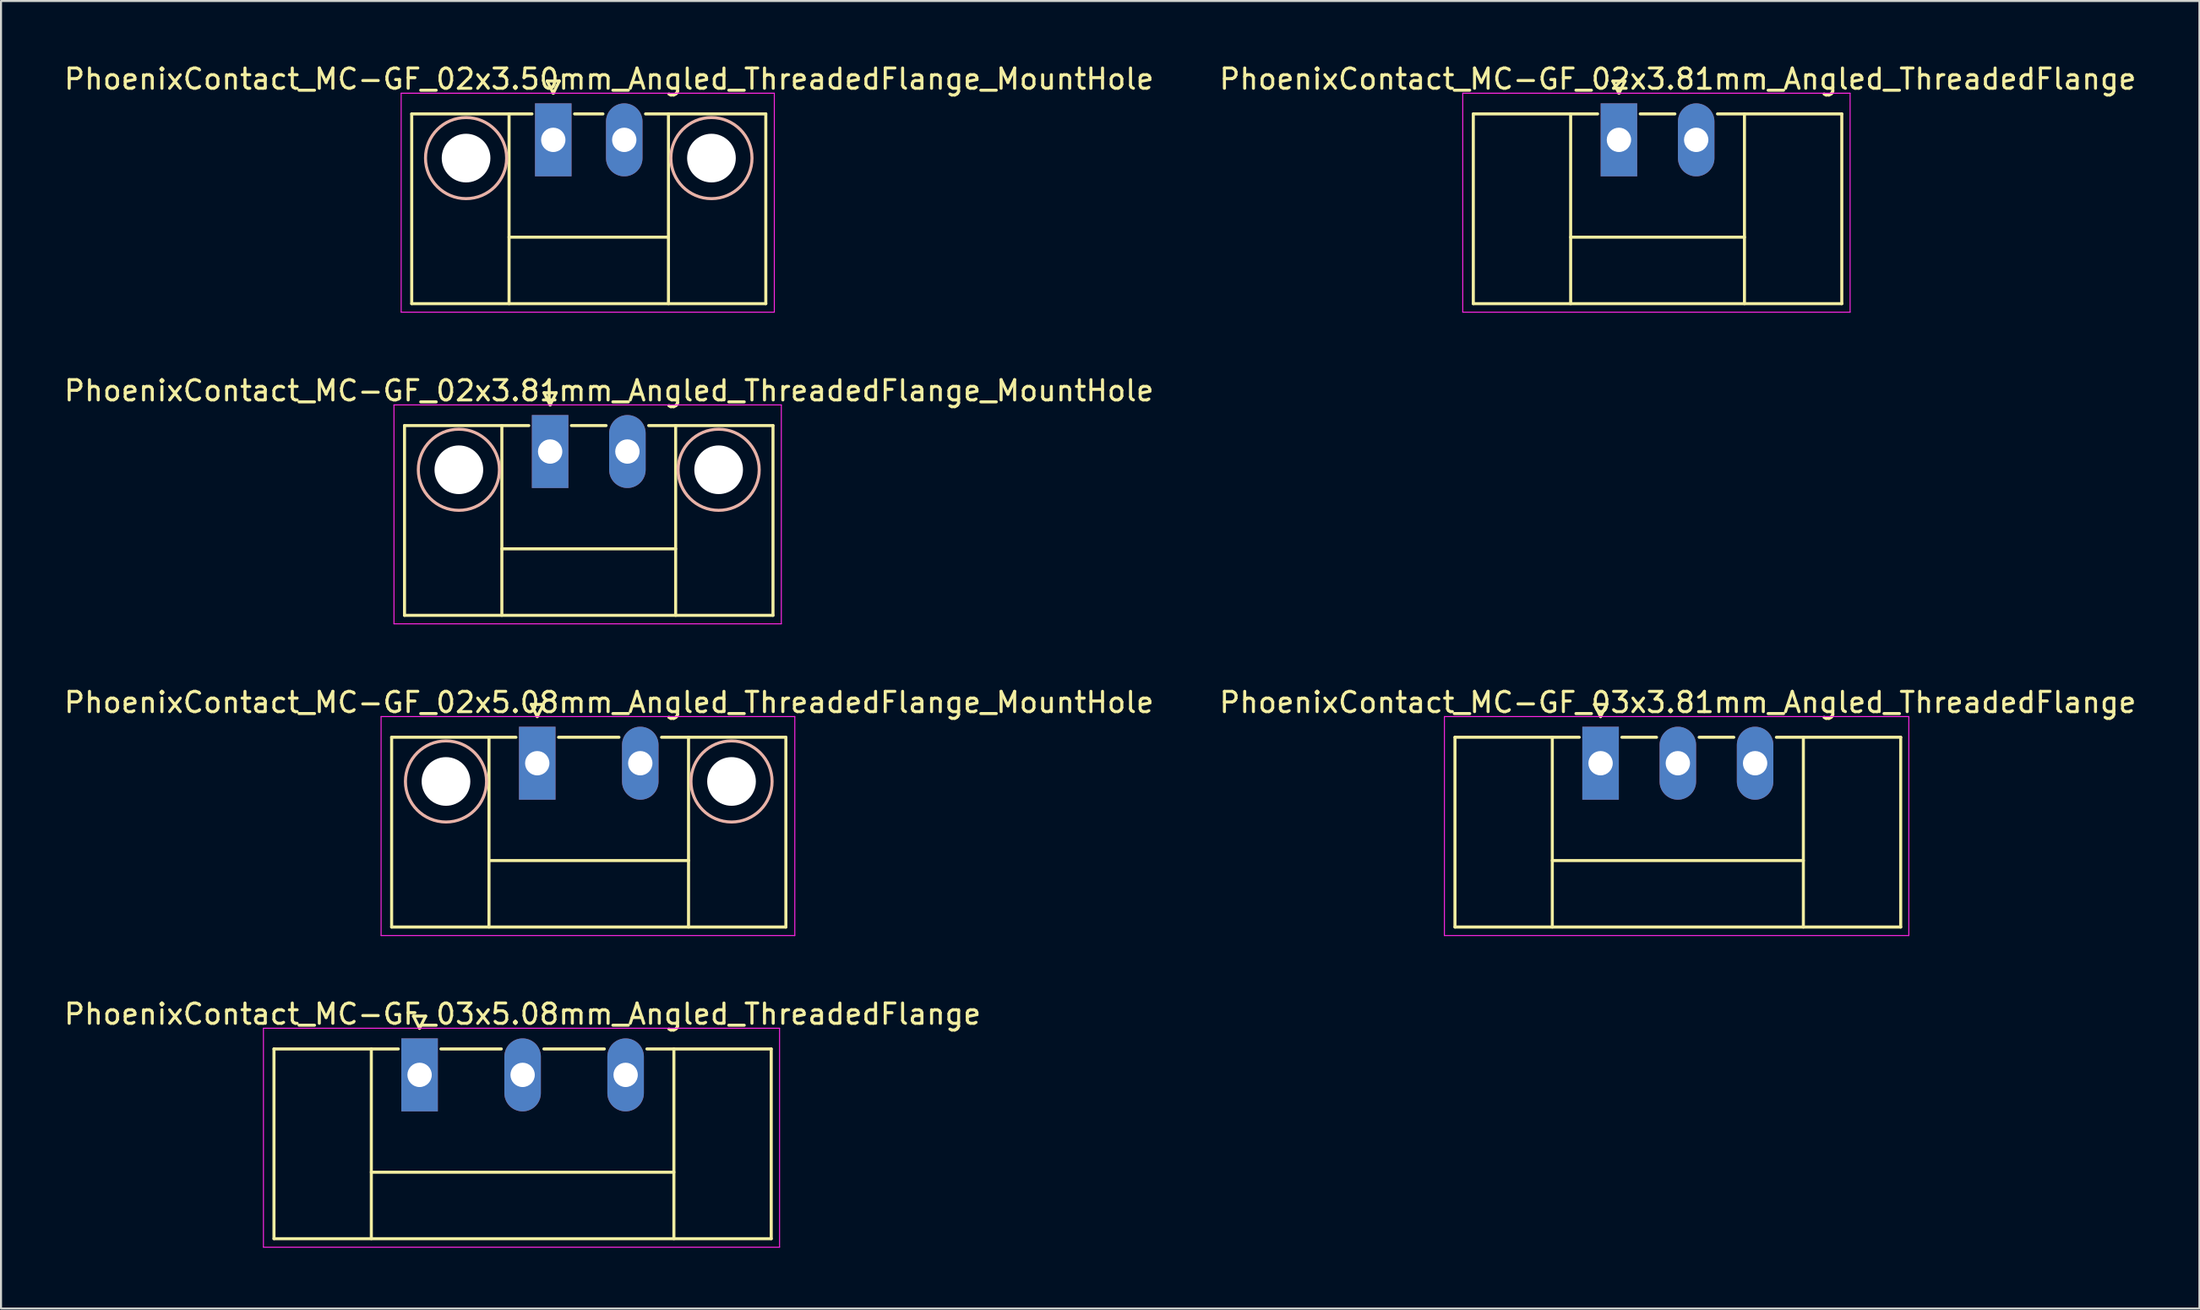
<source format=kicad_pcb>
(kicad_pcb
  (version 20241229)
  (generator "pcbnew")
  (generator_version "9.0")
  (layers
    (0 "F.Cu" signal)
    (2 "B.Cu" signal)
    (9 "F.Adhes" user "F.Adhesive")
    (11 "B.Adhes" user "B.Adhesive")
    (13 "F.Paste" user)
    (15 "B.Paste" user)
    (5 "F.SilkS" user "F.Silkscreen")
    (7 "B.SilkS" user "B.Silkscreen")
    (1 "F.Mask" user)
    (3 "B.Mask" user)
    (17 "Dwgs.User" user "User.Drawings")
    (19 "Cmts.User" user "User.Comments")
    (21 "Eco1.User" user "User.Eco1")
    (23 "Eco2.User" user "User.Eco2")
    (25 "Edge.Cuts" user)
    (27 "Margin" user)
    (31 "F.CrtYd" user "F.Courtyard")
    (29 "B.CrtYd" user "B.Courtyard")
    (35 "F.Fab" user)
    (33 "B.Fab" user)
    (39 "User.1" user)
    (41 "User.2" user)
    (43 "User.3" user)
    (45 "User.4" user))
  (footprint "PhoenixContact_MC-GF_03x3.81mm_Angled_ThreadedFlange"
    (layer "F.Cu")
    (at 75.875 34.595)
    (property "Reference" "PhoenixContact_MC-GF_03x3.81mm_Angled_ThreadedFlange" (at 3.81 -3 0) (layer "F.SilkS") (effects (font (size 1 1) (thickness 0.15))))
    (attr through_hole)
    (fp_line (start -7.18 -1.28) (end -7.18 8.08) (stroke (width 0.15) (type solid)) (layer "F.SilkS"))
    (fp_line (start -7.18 -1.28) (end -1.05 -1.28) (stroke (width 0.15) (type solid)) (layer "F.SilkS"))
    (fp_line (start -7.18 8.08) (end 14.8 8.08) (stroke (width 0.15) (type solid)) (layer "F.SilkS"))
    (fp_line (start -2.38 -1.28) (end -2.38 8.08) (stroke (width 0.15) (type solid)) (layer "F.SilkS"))
    (fp_line (start -2.38 4.8) (end 10 4.8) (stroke (width 0.15) (type solid)) (layer "F.SilkS"))
    (fp_line (start -0.3 -2.9) (end 0 -2.3) (stroke (width 0.15) (type solid)) (layer "F.SilkS"))
    (fp_line (start 0 -2.3) (end 0.3 -2.9) (stroke (width 0.15) (type solid)) (layer "F.SilkS"))
    (fp_line (start 0.3 -2.9) (end -0.3 -2.9) (stroke (width 0.15) (type solid)) (layer "F.SilkS"))
    (fp_line (start 1.05 -1.28) (end 2.76 -1.28) (stroke (width 0.15) (type solid)) (layer "F.SilkS"))
    (fp_line (start 4.86 -1.28) (end 6.57 -1.28) (stroke (width 0.15) (type solid)) (layer "F.SilkS"))
    (fp_line (start 10 -1.28) (end 10 8.08) (stroke (width 0.15) (type solid)) (layer "F.SilkS"))
    (fp_line (start 14.8 -1.28) (end 8.67 -1.28) (stroke (width 0.15) (type solid)) (layer "F.SilkS"))
    (fp_line (start 14.8 8.08) (end 14.8 -1.28) (stroke (width 0.15) (type solid)) (layer "F.SilkS"))
    (fp_line (start -7.7 -2.3) (end -7.7 8.5) (stroke (width 0.05) (type solid)) (layer "F.CrtYd"))
    (fp_line (start -7.7 8.5) (end 15.2 8.5) (stroke (width 0.05) (type solid)) (layer "F.CrtYd"))
    (fp_line (start 15.2 -2.3) (end -7.7 -2.3) (stroke (width 0.05) (type solid)) (layer "F.CrtYd"))
    (fp_line (start 15.2 8.5) (end 15.2 -2.3) (stroke (width 0.05) (type solid)) (layer "F.CrtYd"))
    (pad "1" thru_hole rect (at 0 0) (size 1.8 3.6) (drill 1.2) (layers "*.Cu" "*.Mask"))
    (pad "2" thru_hole oval (at 3.81 0) (size 1.8 3.6) (drill 1.2) (layers "*.Cu" "*.Mask"))
    (pad "3" thru_hole oval (at 7.62 0) (size 1.8 3.6) (drill 1.2) (layers "*.Cu" "*.Mask")))
  (footprint "PhoenixContact_MC-GF_02x3.81mm_Angled_ThreadedFlange_MountHole"
    (layer "F.Cu")
    (at 24.077 19.221)
    (property "Reference" "PhoenixContact_MC-GF_02x3.81mm_Angled_ThreadedFlange_MountHole" (at 2.905 -3 0) (layer "F.SilkS") (effects (font (size 1 1) (thickness 0.15))))
    (attr through_hole)
    (fp_line (start -7.18 -1.28) (end -7.18 8.08) (stroke (width 0.15) (type solid)) (layer "F.SilkS"))
    (fp_line (start -7.18 -1.28) (end -1.05 -1.28) (stroke (width 0.15) (type solid)) (layer "F.SilkS"))
    (fp_line (start -7.18 8.08) (end 10.99 8.08) (stroke (width 0.15) (type solid)) (layer "F.SilkS"))
    (fp_line (start -2.38 -1.28) (end -2.38 8.08) (stroke (width 0.15) (type solid)) (layer "F.SilkS"))
    (fp_line (start -2.38 4.8) (end 6.19 4.8) (stroke (width 0.15) (type solid)) (layer "F.SilkS"))
    (fp_line (start -0.3 -2.9) (end 0 -2.3) (stroke (width 0.15) (type solid)) (layer "F.SilkS"))
    (fp_line (start 0 -2.3) (end 0.3 -2.9) (stroke (width 0.15) (type solid)) (layer "F.SilkS"))
    (fp_line (start 0.3 -2.9) (end -0.3 -2.9) (stroke (width 0.15) (type solid)) (layer "F.SilkS"))
    (fp_line (start 1.05 -1.28) (end 2.76 -1.28) (stroke (width 0.15) (type solid)) (layer "F.SilkS"))
    (fp_line (start 6.19 -1.28) (end 6.19 8.08) (stroke (width 0.15) (type solid)) (layer "F.SilkS"))
    (fp_line (start 10.99 -1.28) (end 4.86 -1.28) (stroke (width 0.15) (type solid)) (layer "F.SilkS"))
    (fp_line (start 10.99 8.08) (end 10.99 -1.28) (stroke (width 0.15) (type solid)) (layer "F.SilkS"))
    (fp_circle (center -4.5 0.9) (end -2.5 0.9) (stroke (width 0.15) (type solid)) (fill no) (layer "B.SilkS"))
    (fp_circle (center 8.31 0.9) (end 10.31 0.9) (stroke (width 0.15) (type solid)) (fill no) (layer "B.SilkS"))
    (fp_line (start -7.7 -2.3) (end -7.7 8.5) (stroke (width 0.05) (type solid)) (layer "F.CrtYd"))
    (fp_line (start -7.7 8.5) (end 11.4 8.5) (stroke (width 0.05) (type solid)) (layer "F.CrtYd"))
    (fp_line (start 11.4 -2.3) (end -7.7 -2.3) (stroke (width 0.05) (type solid)) (layer "F.CrtYd"))
    (fp_line (start 11.4 8.5) (end 11.4 -2.3) (stroke (width 0.05) (type solid)) (layer "F.CrtYd"))
    (pad "" np_thru_hole circle (at -4.5 0.9) (size 2.4 2.4) (drill 2.4) (layers "*.Cu" "*.Mask"))
    (pad "" np_thru_hole circle (at 8.31 0.9) (size 2.4 2.4) (drill 2.4) (layers "*.Cu" "*.Mask"))
    (pad "1" thru_hole rect (at 0 0) (size 1.8 3.6) (drill 1.2) (layers "*.Cu" "*.Mask"))
    (pad "2" thru_hole oval (at 3.81 0) (size 1.8 3.6) (drill 1.2) (layers "*.Cu" "*.Mask")))
  (footprint "PhoenixContact_MC-GF_02x5.08mm_Angled_ThreadedFlange_MountHole"
    (layer "F.Cu")
    (at 23.442 34.595)
    (property "Reference" "PhoenixContact_MC-GF_02x5.08mm_Angled_ThreadedFlange_MountHole" (at 3.54 -3 0) (layer "F.SilkS") (effects (font (size 1 1) (thickness 0.15))))
    (attr through_hole)
    (fp_line (start -7.18 -1.28) (end -7.18 8.08) (stroke (width 0.15) (type solid)) (layer "F.SilkS"))
    (fp_line (start -7.18 -1.28) (end -1.05 -1.28) (stroke (width 0.15) (type solid)) (layer "F.SilkS"))
    (fp_line (start -7.18 8.08) (end 12.26 8.08) (stroke (width 0.15) (type solid)) (layer "F.SilkS"))
    (fp_line (start -2.38 -1.28) (end -2.38 8.08) (stroke (width 0.15) (type solid)) (layer "F.SilkS"))
    (fp_line (start -2.38 4.8) (end 7.46 4.8) (stroke (width 0.15) (type solid)) (layer "F.SilkS"))
    (fp_line (start -0.3 -2.9) (end 0 -2.3) (stroke (width 0.15) (type solid)) (layer "F.SilkS"))
    (fp_line (start 0 -2.3) (end 0.3 -2.9) (stroke (width 0.15) (type solid)) (layer "F.SilkS"))
    (fp_line (start 0.3 -2.9) (end -0.3 -2.9) (stroke (width 0.15) (type solid)) (layer "F.SilkS"))
    (fp_line (start 1.05 -1.28) (end 4.03 -1.28) (stroke (width 0.15) (type solid)) (layer "F.SilkS"))
    (fp_line (start 7.46 -1.28) (end 7.46 8.08) (stroke (width 0.15) (type solid)) (layer "F.SilkS"))
    (fp_line (start 12.26 -1.28) (end 6.13 -1.28) (stroke (width 0.15) (type solid)) (layer "F.SilkS"))
    (fp_line (start 12.26 8.08) (end 12.26 -1.28) (stroke (width 0.15) (type solid)) (layer "F.SilkS"))
    (fp_circle (center -4.5 0.9) (end -2.5 0.9) (stroke (width 0.15) (type solid)) (fill no) (layer "B.SilkS"))
    (fp_circle (center 9.58 0.9) (end 11.58 0.9) (stroke (width 0.15) (type solid)) (fill no) (layer "B.SilkS"))
    (fp_line (start -7.7 -2.3) (end -7.7 8.5) (stroke (width 0.05) (type solid)) (layer "F.CrtYd"))
    (fp_line (start -7.7 8.5) (end 12.7 8.5) (stroke (width 0.05) (type solid)) (layer "F.CrtYd"))
    (fp_line (start 12.7 -2.3) (end -7.7 -2.3) (stroke (width 0.05) (type solid)) (layer "F.CrtYd"))
    (fp_line (start 12.7 8.5) (end 12.7 -2.3) (stroke (width 0.05) (type solid)) (layer "F.CrtYd"))
    (pad "" np_thru_hole circle (at -4.5 0.9) (size 2.4 2.4) (drill 2.4) (layers "*.Cu" "*.Mask"))
    (pad "" np_thru_hole circle (at 9.58 0.9) (size 2.4 2.4) (drill 2.4) (layers "*.Cu" "*.Mask"))
    (pad "1" thru_hole rect (at 0 0) (size 1.8 3.6) (drill 1.2) (layers "*.Cu" "*.Mask"))
    (pad "2" thru_hole oval (at 5.08 0) (size 1.8 3.6) (drill 1.2) (layers "*.Cu" "*.Mask")))
  (footprint "PhoenixContact_MC-GF_03x5.08mm_Angled_ThreadedFlange"
    (layer "F.Cu")
    (at 17.64 49.968)
    (property "Reference" "PhoenixContact_MC-GF_03x5.08mm_Angled_ThreadedFlange" (at 5.08 -3 0) (layer "F.SilkS") (effects (font (size 1 1) (thickness 0.15))))
    (attr through_hole)
    (fp_line (start -7.18 -1.28) (end -7.18 8.08) (stroke (width 0.15) (type solid)) (layer "F.SilkS"))
    (fp_line (start -7.18 -1.28) (end -1.05 -1.28) (stroke (width 0.15) (type solid)) (layer "F.SilkS"))
    (fp_line (start -7.18 8.08) (end 17.34 8.08) (stroke (width 0.15) (type solid)) (layer "F.SilkS"))
    (fp_line (start -2.38 -1.28) (end -2.38 8.08) (stroke (width 0.15) (type solid)) (layer "F.SilkS"))
    (fp_line (start -2.38 4.8) (end 12.54 4.8) (stroke (width 0.15) (type solid)) (layer "F.SilkS"))
    (fp_line (start -0.3 -2.9) (end 0 -2.3) (stroke (width 0.15) (type solid)) (layer "F.SilkS"))
    (fp_line (start 0 -2.3) (end 0.3 -2.9) (stroke (width 0.15) (type solid)) (layer "F.SilkS"))
    (fp_line (start 0.3 -2.9) (end -0.3 -2.9) (stroke (width 0.15) (type solid)) (layer "F.SilkS"))
    (fp_line (start 1.05 -1.28) (end 4.03 -1.28) (stroke (width 0.15) (type solid)) (layer "F.SilkS"))
    (fp_line (start 6.13 -1.28) (end 9.11 -1.28) (stroke (width 0.15) (type solid)) (layer "F.SilkS"))
    (fp_line (start 12.54 -1.28) (end 12.54 8.08) (stroke (width 0.15) (type solid)) (layer "F.SilkS"))
    (fp_line (start 17.34 -1.28) (end 11.21 -1.28) (stroke (width 0.15) (type solid)) (layer "F.SilkS"))
    (fp_line (start 17.34 8.08) (end 17.34 -1.28) (stroke (width 0.15) (type solid)) (layer "F.SilkS"))
    (fp_line (start -7.7 -2.3) (end -7.7 8.5) (stroke (width 0.05) (type solid)) (layer "F.CrtYd"))
    (fp_line (start -7.7 8.5) (end 17.75 8.5) (stroke (width 0.05) (type solid)) (layer "F.CrtYd"))
    (fp_line (start 17.75 -2.3) (end -7.7 -2.3) (stroke (width 0.05) (type solid)) (layer "F.CrtYd"))
    (fp_line (start 17.75 8.5) (end 17.75 -2.3) (stroke (width 0.05) (type solid)) (layer "F.CrtYd"))
    (pad "1" thru_hole rect (at 0 0) (size 1.8 3.6) (drill 1.2) (layers "*.Cu" "*.Mask"))
    (pad "2" thru_hole oval (at 5.08 0) (size 1.8 3.6) (drill 1.2) (layers "*.Cu" "*.Mask"))
    (pad "3" thru_hole oval (at 10.16 0) (size 1.8 3.6) (drill 1.2) (layers "*.Cu" "*.Mask")))
  (footprint "PhoenixContact_MC-GF_02x3.50mm_Angled_ThreadedFlange_MountHole"
    (layer "F.Cu")
    (at 24.232 3.848)
    (property "Reference" "PhoenixContact_MC-GF_02x3.50mm_Angled_ThreadedFlange_MountHole" (at 2.75 -3 0) (layer "F.SilkS") (effects (font (size 1 1) (thickness 0.15))))
    (attr through_hole)
    (fp_line (start -6.98 -1.28) (end -6.98 8.08) (stroke (width 0.15) (type solid)) (layer "F.SilkS"))
    (fp_line (start -6.98 -1.28) (end -1.05 -1.28) (stroke (width 0.15) (type solid)) (layer "F.SilkS"))
    (fp_line (start -6.98 8.08) (end 10.48 8.08) (stroke (width 0.15) (type solid)) (layer "F.SilkS"))
    (fp_line (start -2.18 -1.28) (end -2.18 8.08) (stroke (width 0.15) (type solid)) (layer "F.SilkS"))
    (fp_line (start -2.18 4.8) (end 5.68 4.8) (stroke (width 0.15) (type solid)) (layer "F.SilkS"))
    (fp_line (start -0.3 -2.9) (end 0 -2.3) (stroke (width 0.15) (type solid)) (layer "F.SilkS"))
    (fp_line (start 0 -2.3) (end 0.3 -2.9) (stroke (width 0.15) (type solid)) (layer "F.SilkS"))
    (fp_line (start 0.3 -2.9) (end -0.3 -2.9) (stroke (width 0.15) (type solid)) (layer "F.SilkS"))
    (fp_line (start 1.05 -1.28) (end 2.45 -1.28) (stroke (width 0.15) (type solid)) (layer "F.SilkS"))
    (fp_line (start 5.68 -1.28) (end 5.68 8.08) (stroke (width 0.15) (type solid)) (layer "F.SilkS"))
    (fp_line (start 10.48 -1.28) (end 4.55 -1.28) (stroke (width 0.15) (type solid)) (layer "F.SilkS"))
    (fp_line (start 10.48 8.08) (end 10.48 -1.28) (stroke (width 0.15) (type solid)) (layer "F.SilkS"))
    (fp_circle (center -4.3 0.9) (end -2.3 0.9) (stroke (width 0.15) (type solid)) (fill no) (layer "B.SilkS"))
    (fp_circle (center 7.8 0.9) (end 9.8 0.9) (stroke (width 0.15) (type solid)) (fill no) (layer "B.SilkS"))
    (fp_line (start -7.5 -2.3) (end -7.5 8.5) (stroke (width 0.05) (type solid)) (layer "F.CrtYd"))
    (fp_line (start -7.5 8.5) (end 10.9 8.5) (stroke (width 0.05) (type solid)) (layer "F.CrtYd"))
    (fp_line (start 10.9 -2.3) (end -7.5 -2.3) (stroke (width 0.05) (type solid)) (layer "F.CrtYd"))
    (fp_line (start 10.9 8.5) (end 10.9 -2.3) (stroke (width 0.05) (type solid)) (layer "F.CrtYd"))
    (pad "" np_thru_hole circle (at -4.3 0.9) (size 2.4 2.4) (drill 2.4) (layers "*.Cu" "*.Mask"))
    (pad "" np_thru_hole circle (at 7.8 0.9) (size 2.4 2.4) (drill 2.4) (layers "*.Cu" "*.Mask"))
    (pad "1" thru_hole rect (at 0 0) (size 1.8 3.6) (drill 1.2) (layers "*.Cu" "*.Mask"))
    (pad "2" thru_hole oval (at 3.5 0) (size 1.8 3.6) (drill 1.2) (layers "*.Cu" "*.Mask")))
  (footprint "PhoenixContact_MC-GF_02x3.81mm_Angled_ThreadedFlange"
    (layer "F.Cu")
    (at 76.78 3.848)
    (property "Reference" "PhoenixContact_MC-GF_02x3.81mm_Angled_ThreadedFlange" (at 2.905 -3 0) (layer "F.SilkS") (effects (font (size 1 1) (thickness 0.15))))
    (attr through_hole)
    (fp_line (start -7.18 -1.28) (end -7.18 8.08) (stroke (width 0.15) (type solid)) (layer "F.SilkS"))
    (fp_line (start -7.18 -1.28) (end -1.05 -1.28) (stroke (width 0.15) (type solid)) (layer "F.SilkS"))
    (fp_line (start -7.18 8.08) (end 10.99 8.08) (stroke (width 0.15) (type solid)) (layer "F.SilkS"))
    (fp_line (start -2.38 -1.28) (end -2.38 8.08) (stroke (width 0.15) (type solid)) (layer "F.SilkS"))
    (fp_line (start -2.38 4.8) (end 6.19 4.8) (stroke (width 0.15) (type solid)) (layer "F.SilkS"))
    (fp_line (start -0.3 -2.9) (end 0 -2.3) (stroke (width 0.15) (type solid)) (layer "F.SilkS"))
    (fp_line (start 0 -2.3) (end 0.3 -2.9) (stroke (width 0.15) (type solid)) (layer "F.SilkS"))
    (fp_line (start 0.3 -2.9) (end -0.3 -2.9) (stroke (width 0.15) (type solid)) (layer "F.SilkS"))
    (fp_line (start 1.05 -1.28) (end 2.76 -1.28) (stroke (width 0.15) (type solid)) (layer "F.SilkS"))
    (fp_line (start 6.19 -1.28) (end 6.19 8.08) (stroke (width 0.15) (type solid)) (layer "F.SilkS"))
    (fp_line (start 10.99 -1.28) (end 4.86 -1.28) (stroke (width 0.15) (type solid)) (layer "F.SilkS"))
    (fp_line (start 10.99 8.08) (end 10.99 -1.28) (stroke (width 0.15) (type solid)) (layer "F.SilkS"))
    (fp_line (start -7.7 -2.3) (end -7.7 8.5) (stroke (width 0.05) (type solid)) (layer "F.CrtYd"))
    (fp_line (start -7.7 8.5) (end 11.4 8.5) (stroke (width 0.05) (type solid)) (layer "F.CrtYd"))
    (fp_line (start 11.4 -2.3) (end -7.7 -2.3) (stroke (width 0.05) (type solid)) (layer "F.CrtYd"))
    (fp_line (start 11.4 8.5) (end 11.4 -2.3) (stroke (width 0.05) (type solid)) (layer "F.CrtYd"))
    (pad "1" thru_hole rect (at 0 0) (size 1.8 3.6) (drill 1.2) (layers "*.Cu" "*.Mask"))
    (pad "2" thru_hole oval (at 3.81 0) (size 1.8 3.6) (drill 1.2) (layers "*.Cu" "*.Mask")))
  (gr_rect
    (start -3 -3)
    (end 105.405 61.493)
    (stroke (width 0.1) (type default))
    (fill no)
    (layer "Edge.Cuts")))
</source>
